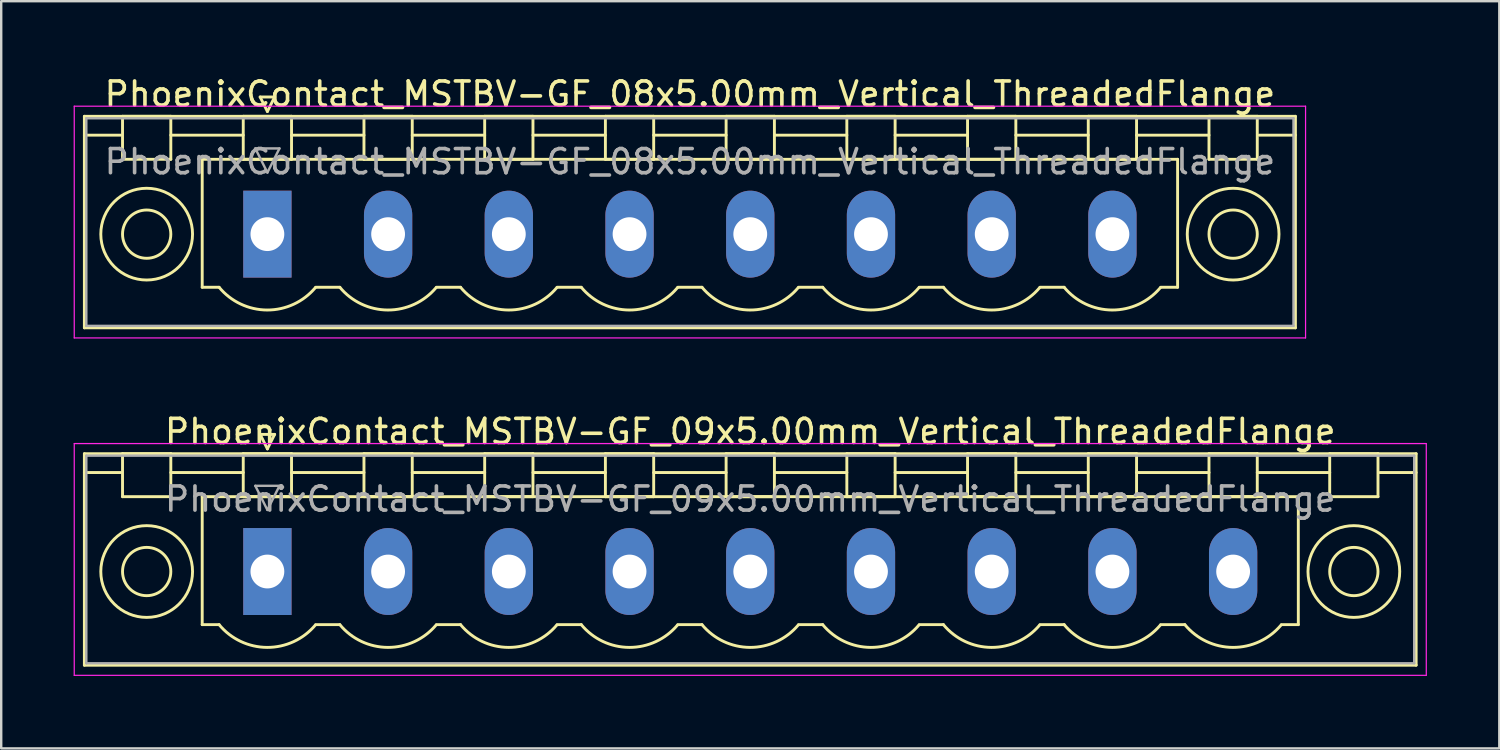
<source format=kicad_pcb>
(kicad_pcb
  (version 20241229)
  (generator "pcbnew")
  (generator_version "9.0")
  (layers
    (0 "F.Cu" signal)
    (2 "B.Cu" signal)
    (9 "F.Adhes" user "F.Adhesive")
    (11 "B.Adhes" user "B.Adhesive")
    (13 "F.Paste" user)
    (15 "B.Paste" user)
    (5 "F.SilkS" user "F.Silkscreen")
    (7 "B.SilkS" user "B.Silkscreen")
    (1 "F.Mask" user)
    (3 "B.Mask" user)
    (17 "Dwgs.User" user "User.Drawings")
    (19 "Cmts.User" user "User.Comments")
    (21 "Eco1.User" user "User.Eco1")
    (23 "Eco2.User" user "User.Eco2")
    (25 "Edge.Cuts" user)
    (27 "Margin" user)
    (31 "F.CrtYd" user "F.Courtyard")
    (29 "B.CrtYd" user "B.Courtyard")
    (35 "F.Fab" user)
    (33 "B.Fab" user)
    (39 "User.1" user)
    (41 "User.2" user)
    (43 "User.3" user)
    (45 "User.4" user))
  (footprint "PhoenixContact_MSTBV-GF_08x5.00mm_Vertical_ThreadedFlange"
    (layer "F.Cu")
    (at 8.025 6.648)
    (property "Reference" "PhoenixContact_MSTBV-GF_08x5.00mm_Vertical_ThreadedFlange" (at 17.5 -5.8 0) (layer "F.SilkS") (effects (font (size 1 1) (thickness 0.15))))
    (attr through_hole)
    (fp_line (start -7.58 -4.88) (end -7.58 3.88) (stroke (width 0.12) (type solid)) (layer "F.SilkS"))
    (fp_line (start -7.58 -4.1) (end -6.08 -4.1) (stroke (width 0.12) (type solid)) (layer "F.SilkS"))
    (fp_line (start -7.58 3.88) (end 42.58 3.88) (stroke (width 0.12) (type solid)) (layer "F.SilkS"))
    (fp_line (start -6 -4.88) (end -4 -4.88) (stroke (width 0.12) (type solid)) (layer "F.SilkS"))
    (fp_line (start -6 -3.1) (end -6 -4.88) (stroke (width 0.12) (type solid)) (layer "F.SilkS"))
    (fp_line (start -4 -4.88) (end -4 -3.1) (stroke (width 0.12) (type solid)) (layer "F.SilkS"))
    (fp_line (start -4 -4.1) (end -1 -4.1) (stroke (width 0.12) (type solid)) (layer "F.SilkS"))
    (fp_line (start -4 -3.1) (end -6 -3.1) (stroke (width 0.12) (type solid)) (layer "F.SilkS"))
    (fp_line (start -2.7 -3.1) (end 37.7 -3.1) (stroke (width 0.12) (type solid)) (layer "F.SilkS"))
    (fp_line (start -2.7 2.2) (end -2.7 -3.1) (stroke (width 0.12) (type solid)) (layer "F.SilkS"))
    (fp_line (start -2 2.2) (end -2.7 2.2) (stroke (width 0.12) (type solid)) (layer "F.SilkS"))
    (fp_line (start -1 -4.88) (end 1 -4.88) (stroke (width 0.12) (type solid)) (layer "F.SilkS"))
    (fp_line (start -1 -3.1) (end -1 -4.88) (stroke (width 0.12) (type solid)) (layer "F.SilkS"))
    (fp_line (start -0.3 -5.68) (end 0.3 -5.68) (stroke (width 0.12) (type solid)) (layer "F.SilkS"))
    (fp_line (start 0 -5.08) (end -0.3 -5.68) (stroke (width 0.12) (type solid)) (layer "F.SilkS"))
    (fp_line (start 0.3 -5.68) (end 0 -5.08) (stroke (width 0.12) (type solid)) (layer "F.SilkS"))
    (fp_line (start 1 -4.88) (end 1 -3.1) (stroke (width 0.12) (type solid)) (layer "F.SilkS"))
    (fp_line (start 1 -4.1) (end 4 -4.1) (stroke (width 0.12) (type solid)) (layer "F.SilkS"))
    (fp_line (start 1 -3.1) (end -1 -3.1) (stroke (width 0.12) (type solid)) (layer "F.SilkS"))
    (fp_line (start 2 2.2) (end 3 2.2) (stroke (width 0.12) (type solid)) (layer "F.SilkS"))
    (fp_line (start 4 -4.88) (end 6 -4.88) (stroke (width 0.12) (type solid)) (layer "F.SilkS"))
    (fp_line (start 4 -3.1) (end 4 -4.88) (stroke (width 0.12) (type solid)) (layer "F.SilkS"))
    (fp_line (start 6 -4.88) (end 6 -3.1) (stroke (width 0.12) (type solid)) (layer "F.SilkS"))
    (fp_line (start 6 -4.1) (end 9 -4.1) (stroke (width 0.12) (type solid)) (layer "F.SilkS"))
    (fp_line (start 6 -3.1) (end 4 -3.1) (stroke (width 0.12) (type solid)) (layer "F.SilkS"))
    (fp_line (start 7 2.2) (end 8 2.2) (stroke (width 0.12) (type solid)) (layer "F.SilkS"))
    (fp_line (start 9 -4.88) (end 11 -4.88) (stroke (width 0.12) (type solid)) (layer "F.SilkS"))
    (fp_line (start 9 -3.1) (end 9 -4.88) (stroke (width 0.12) (type solid)) (layer "F.SilkS"))
    (fp_line (start 11 -4.88) (end 11 -3.1) (stroke (width 0.12) (type solid)) (layer "F.SilkS"))
    (fp_line (start 11 -4.1) (end 14 -4.1) (stroke (width 0.12) (type solid)) (layer "F.SilkS"))
    (fp_line (start 11 -3.1) (end 9 -3.1) (stroke (width 0.12) (type solid)) (layer "F.SilkS"))
    (fp_line (start 12 2.2) (end 13 2.2) (stroke (width 0.12) (type solid)) (layer "F.SilkS"))
    (fp_line (start 14 -4.88) (end 16 -4.88) (stroke (width 0.12) (type solid)) (layer "F.SilkS"))
    (fp_line (start 14 -3.1) (end 14 -4.88) (stroke (width 0.12) (type solid)) (layer "F.SilkS"))
    (fp_line (start 16 -4.88) (end 16 -3.1) (stroke (width 0.12) (type solid)) (layer "F.SilkS"))
    (fp_line (start 16 -4.1) (end 19 -4.1) (stroke (width 0.12) (type solid)) (layer "F.SilkS"))
    (fp_line (start 16 -3.1) (end 14 -3.1) (stroke (width 0.12) (type solid)) (layer "F.SilkS"))
    (fp_line (start 17 2.2) (end 18 2.2) (stroke (width 0.12) (type solid)) (layer "F.SilkS"))
    (fp_line (start 19 -4.88) (end 21 -4.88) (stroke (width 0.12) (type solid)) (layer "F.SilkS"))
    (fp_line (start 19 -3.1) (end 19 -4.88) (stroke (width 0.12) (type solid)) (layer "F.SilkS"))
    (fp_line (start 21 -4.88) (end 21 -3.1) (stroke (width 0.12) (type solid)) (layer "F.SilkS"))
    (fp_line (start 21 -4.1) (end 24 -4.1) (stroke (width 0.12) (type solid)) (layer "F.SilkS"))
    (fp_line (start 21 -3.1) (end 19 -3.1) (stroke (width 0.12) (type solid)) (layer "F.SilkS"))
    (fp_line (start 22 2.2) (end 23 2.2) (stroke (width 0.12) (type solid)) (layer "F.SilkS"))
    (fp_line (start 24 -4.88) (end 26 -4.88) (stroke (width 0.12) (type solid)) (layer "F.SilkS"))
    (fp_line (start 24 -3.1) (end 24 -4.88) (stroke (width 0.12) (type solid)) (layer "F.SilkS"))
    (fp_line (start 26 -4.88) (end 26 -3.1) (stroke (width 0.12) (type solid)) (layer "F.SilkS"))
    (fp_line (start 26 -4.1) (end 29 -4.1) (stroke (width 0.12) (type solid)) (layer "F.SilkS"))
    (fp_line (start 26 -3.1) (end 24 -3.1) (stroke (width 0.12) (type solid)) (layer "F.SilkS"))
    (fp_line (start 27 2.2) (end 28 2.2) (stroke (width 0.12) (type solid)) (layer "F.SilkS"))
    (fp_line (start 29 -4.88) (end 31 -4.88) (stroke (width 0.12) (type solid)) (layer "F.SilkS"))
    (fp_line (start 29 -3.1) (end 29 -4.88) (stroke (width 0.12) (type solid)) (layer "F.SilkS"))
    (fp_line (start 31 -4.88) (end 31 -3.1) (stroke (width 0.12) (type solid)) (layer "F.SilkS"))
    (fp_line (start 31 -4.1) (end 34 -4.1) (stroke (width 0.12) (type solid)) (layer "F.SilkS"))
    (fp_line (start 31 -3.1) (end 29 -3.1) (stroke (width 0.12) (type solid)) (layer "F.SilkS"))
    (fp_line (start 32 2.2) (end 33 2.2) (stroke (width 0.12) (type solid)) (layer "F.SilkS"))
    (fp_line (start 34 -4.88) (end 36 -4.88) (stroke (width 0.12) (type solid)) (layer "F.SilkS"))
    (fp_line (start 34 -3.1) (end 34 -4.88) (stroke (width 0.12) (type solid)) (layer "F.SilkS"))
    (fp_line (start 36 -4.88) (end 36 -3.1) (stroke (width 0.12) (type solid)) (layer "F.SilkS"))
    (fp_line (start 36 -4.1) (end 39 -4.1) (stroke (width 0.12) (type solid)) (layer "F.SilkS"))
    (fp_line (start 36 -3.1) (end 34 -3.1) (stroke (width 0.12) (type solid)) (layer "F.SilkS"))
    (fp_line (start 37.7 -3.1) (end 37.7 2.2) (stroke (width 0.12) (type solid)) (layer "F.SilkS"))
    (fp_line (start 37.7 2.2) (end 37 2.2) (stroke (width 0.12) (type solid)) (layer "F.SilkS"))
    (fp_line (start 39 -4.88) (end 41 -4.88) (stroke (width 0.12) (type solid)) (layer "F.SilkS"))
    (fp_line (start 39 -3.1) (end 39 -4.88) (stroke (width 0.12) (type solid)) (layer "F.SilkS"))
    (fp_line (start 41 -4.88) (end 41 -3.1) (stroke (width 0.12) (type solid)) (layer "F.SilkS"))
    (fp_line (start 41 -3.1) (end 39 -3.1) (stroke (width 0.12) (type solid)) (layer "F.SilkS"))
    (fp_line (start 42.58 -4.88) (end -7.58 -4.88) (stroke (width 0.12) (type solid)) (layer "F.SilkS"))
    (fp_line (start 42.58 -4.1) (end 41.08 -4.1) (stroke (width 0.12) (type solid)) (layer "F.SilkS"))
    (fp_line (start 42.58 3.88) (end 42.58 -4.88) (stroke (width 0.12) (type solid)) (layer "F.SilkS"))
    (fp_arc (start 1.986842 2.215821) (mid -0.010289 3.142758) (end -2 2.2) (stroke (width 0.12) (type solid)) (layer "F.SilkS"))
    (fp_arc (start 6.986842 2.215821) (mid 4.989711 3.142758) (end 3 2.2) (stroke (width 0.12) (type solid)) (layer "F.SilkS"))
    (fp_arc (start 11.986842 2.215821) (mid 9.989711 3.142758) (end 8 2.2) (stroke (width 0.12) (type solid)) (layer "F.SilkS"))
    (fp_arc (start 16.986842 2.215821) (mid 14.989711 3.142758) (end 13 2.2) (stroke (width 0.12) (type solid)) (layer "F.SilkS"))
    (fp_arc (start 21.986842 2.215821) (mid 19.989711 3.142758) (end 18 2.2) (stroke (width 0.12) (type solid)) (layer "F.SilkS"))
    (fp_arc (start 26.986842 2.215821) (mid 24.989711 3.142758) (end 23 2.2) (stroke (width 0.12) (type solid)) (layer "F.SilkS"))
    (fp_arc (start 31.986842 2.215821) (mid 29.989711 3.142758) (end 28 2.2) (stroke (width 0.12) (type solid)) (layer "F.SilkS"))
    (fp_arc (start 36.986842 2.215821) (mid 34.989711 3.142758) (end 33 2.2) (stroke (width 0.12) (type solid)) (layer "F.SilkS"))
    (fp_circle (center -5 0) (end -4 0) (stroke (width 0.12) (type solid)) (fill no) (layer "F.SilkS"))
    (fp_circle (center -5 0) (end -3.1 0) (stroke (width 0.12) (type solid)) (fill no) (layer "F.SilkS"))
    (fp_circle (center 40 0) (end 41 0) (stroke (width 0.12) (type solid)) (fill no) (layer "F.SilkS"))
    (fp_circle (center 40 0) (end 41.9 0) (stroke (width 0.12) (type solid)) (fill no) (layer "F.SilkS"))
    (fp_line (start -8 -5.3) (end -8 4.3) (stroke (width 0.05) (type solid)) (layer "F.CrtYd"))
    (fp_line (start -8 4.3) (end 43 4.3) (stroke (width 0.05) (type solid)) (layer "F.CrtYd"))
    (fp_line (start 43 -5.3) (end -8 -5.3) (stroke (width 0.05) (type solid)) (layer "F.CrtYd"))
    (fp_line (start 43 4.3) (end 43 -5.3) (stroke (width 0.05) (type solid)) (layer "F.CrtYd"))
    (fp_line (start -7.5 -4.8) (end -7.5 3.8) (stroke (width 0.1) (type solid)) (layer "F.Fab"))
    (fp_line (start -7.5 3.8) (end 42.5 3.8) (stroke (width 0.1) (type solid)) (layer "F.Fab"))
    (fp_line (start -0.5 -3.55) (end 0.5 -3.55) (stroke (width 0.1) (type solid)) (layer "F.Fab"))
    (fp_line (start 0 -2.55) (end -0.5 -3.55) (stroke (width 0.1) (type solid)) (layer "F.Fab"))
    (fp_line (start 0.5 -3.55) (end 0 -2.55) (stroke (width 0.1) (type solid)) (layer "F.Fab"))
    (fp_line (start 42.5 -4.8) (end -7.5 -4.8) (stroke (width 0.1) (type solid)) (layer "F.Fab"))
    (fp_line (start 42.5 3.8) (end 42.5 -4.8) (stroke (width 0.1) (type solid)) (layer "F.Fab"))
    (fp_text user "${REFERENCE}" (at 17.5 -3 0) (layer "F.Fab") (effects (font (size 1 1) (thickness 0.15))))
    (pad "1" thru_hole rect (at 0 0) (size 2 3.6) (drill 1.4) (layers "*.Cu" "*.Mask"))
    (pad "2" thru_hole oval (at 5 0) (size 2 3.6) (drill 1.4) (layers "*.Cu" "*.Mask"))
    (pad "3" thru_hole oval (at 10 0) (size 2 3.6) (drill 1.4) (layers "*.Cu" "*.Mask"))
    (pad "4" thru_hole oval (at 15 0) (size 2 3.6) (drill 1.4) (layers "*.Cu" "*.Mask"))
    (pad "5" thru_hole oval (at 20 0) (size 2 3.6) (drill 1.4) (layers "*.Cu" "*.Mask"))
    (pad "6" thru_hole oval (at 25 0) (size 2 3.6) (drill 1.4) (layers "*.Cu" "*.Mask"))
    (pad "7" thru_hole oval (at 30 0) (size 2 3.6) (drill 1.4) (layers "*.Cu" "*.Mask"))
    (pad "8" thru_hole oval (at 35 0) (size 2 3.6) (drill 1.4) (layers "*.Cu" "*.Mask")))
  (footprint "PhoenixContact_MSTBV-GF_09x5.00mm_Vertical_ThreadedFlange"
    (layer "F.Cu")
    (at 8.025 20.622)
    (property "Reference" "PhoenixContact_MSTBV-GF_09x5.00mm_Vertical_ThreadedFlange" (at 20 -5.8 0) (layer "F.SilkS") (effects (font (size 1 1) (thickness 0.15))))
    (attr through_hole)
    (fp_line (start -7.58 -4.88) (end -7.58 3.88) (stroke (width 0.12) (type solid)) (layer "F.SilkS"))
    (fp_line (start -7.58 -4.1) (end -6.08 -4.1) (stroke (width 0.12) (type solid)) (layer "F.SilkS"))
    (fp_line (start -7.58 3.88) (end 47.58 3.88) (stroke (width 0.12) (type solid)) (layer "F.SilkS"))
    (fp_line (start -6 -4.88) (end -4 -4.88) (stroke (width 0.12) (type solid)) (layer "F.SilkS"))
    (fp_line (start -6 -3.1) (end -6 -4.88) (stroke (width 0.12) (type solid)) (layer "F.SilkS"))
    (fp_line (start -4 -4.88) (end -4 -3.1) (stroke (width 0.12) (type solid)) (layer "F.SilkS"))
    (fp_line (start -4 -4.1) (end -1 -4.1) (stroke (width 0.12) (type solid)) (layer "F.SilkS"))
    (fp_line (start -4 -3.1) (end -6 -3.1) (stroke (width 0.12) (type solid)) (layer "F.SilkS"))
    (fp_line (start -2.7 -3.1) (end 42.7 -3.1) (stroke (width 0.12) (type solid)) (layer "F.SilkS"))
    (fp_line (start -2.7 2.2) (end -2.7 -3.1) (stroke (width 0.12) (type solid)) (layer "F.SilkS"))
    (fp_line (start -2 2.2) (end -2.7 2.2) (stroke (width 0.12) (type solid)) (layer "F.SilkS"))
    (fp_line (start -1 -4.88) (end 1 -4.88) (stroke (width 0.12) (type solid)) (layer "F.SilkS"))
    (fp_line (start -1 -3.1) (end -1 -4.88) (stroke (width 0.12) (type solid)) (layer "F.SilkS"))
    (fp_line (start -0.3 -5.68) (end 0.3 -5.68) (stroke (width 0.12) (type solid)) (layer "F.SilkS"))
    (fp_line (start 0 -5.08) (end -0.3 -5.68) (stroke (width 0.12) (type solid)) (layer "F.SilkS"))
    (fp_line (start 0.3 -5.68) (end 0 -5.08) (stroke (width 0.12) (type solid)) (layer "F.SilkS"))
    (fp_line (start 1 -4.88) (end 1 -3.1) (stroke (width 0.12) (type solid)) (layer "F.SilkS"))
    (fp_line (start 1 -4.1) (end 4 -4.1) (stroke (width 0.12) (type solid)) (layer "F.SilkS"))
    (fp_line (start 1 -3.1) (end -1 -3.1) (stroke (width 0.12) (type solid)) (layer "F.SilkS"))
    (fp_line (start 2 2.2) (end 3 2.2) (stroke (width 0.12) (type solid)) (layer "F.SilkS"))
    (fp_line (start 4 -4.88) (end 6 -4.88) (stroke (width 0.12) (type solid)) (layer "F.SilkS"))
    (fp_line (start 4 -3.1) (end 4 -4.88) (stroke (width 0.12) (type solid)) (layer "F.SilkS"))
    (fp_line (start 6 -4.88) (end 6 -3.1) (stroke (width 0.12) (type solid)) (layer "F.SilkS"))
    (fp_line (start 6 -4.1) (end 9 -4.1) (stroke (width 0.12) (type solid)) (layer "F.SilkS"))
    (fp_line (start 6 -3.1) (end 4 -3.1) (stroke (width 0.12) (type solid)) (layer "F.SilkS"))
    (fp_line (start 7 2.2) (end 8 2.2) (stroke (width 0.12) (type solid)) (layer "F.SilkS"))
    (fp_line (start 9 -4.88) (end 11 -4.88) (stroke (width 0.12) (type solid)) (layer "F.SilkS"))
    (fp_line (start 9 -3.1) (end 9 -4.88) (stroke (width 0.12) (type solid)) (layer "F.SilkS"))
    (fp_line (start 11 -4.88) (end 11 -3.1) (stroke (width 0.12) (type solid)) (layer "F.SilkS"))
    (fp_line (start 11 -4.1) (end 14 -4.1) (stroke (width 0.12) (type solid)) (layer "F.SilkS"))
    (fp_line (start 11 -3.1) (end 9 -3.1) (stroke (width 0.12) (type solid)) (layer "F.SilkS"))
    (fp_line (start 12 2.2) (end 13 2.2) (stroke (width 0.12) (type solid)) (layer "F.SilkS"))
    (fp_line (start 14 -4.88) (end 16 -4.88) (stroke (width 0.12) (type solid)) (layer "F.SilkS"))
    (fp_line (start 14 -3.1) (end 14 -4.88) (stroke (width 0.12) (type solid)) (layer "F.SilkS"))
    (fp_line (start 16 -4.88) (end 16 -3.1) (stroke (width 0.12) (type solid)) (layer "F.SilkS"))
    (fp_line (start 16 -4.1) (end 19 -4.1) (stroke (width 0.12) (type solid)) (layer "F.SilkS"))
    (fp_line (start 16 -3.1) (end 14 -3.1) (stroke (width 0.12) (type solid)) (layer "F.SilkS"))
    (fp_line (start 17 2.2) (end 18 2.2) (stroke (width 0.12) (type solid)) (layer "F.SilkS"))
    (fp_line (start 19 -4.88) (end 21 -4.88) (stroke (width 0.12) (type solid)) (layer "F.SilkS"))
    (fp_line (start 19 -3.1) (end 19 -4.88) (stroke (width 0.12) (type solid)) (layer "F.SilkS"))
    (fp_line (start 21 -4.88) (end 21 -3.1) (stroke (width 0.12) (type solid)) (layer "F.SilkS"))
    (fp_line (start 21 -4.1) (end 24 -4.1) (stroke (width 0.12) (type solid)) (layer "F.SilkS"))
    (fp_line (start 21 -3.1) (end 19 -3.1) (stroke (width 0.12) (type solid)) (layer "F.SilkS"))
    (fp_line (start 22 2.2) (end 23 2.2) (stroke (width 0.12) (type solid)) (layer "F.SilkS"))
    (fp_line (start 24 -4.88) (end 26 -4.88) (stroke (width 0.12) (type solid)) (layer "F.SilkS"))
    (fp_line (start 24 -3.1) (end 24 -4.88) (stroke (width 0.12) (type solid)) (layer "F.SilkS"))
    (fp_line (start 26 -4.88) (end 26 -3.1) (stroke (width 0.12) (type solid)) (layer "F.SilkS"))
    (fp_line (start 26 -4.1) (end 29 -4.1) (stroke (width 0.12) (type solid)) (layer "F.SilkS"))
    (fp_line (start 26 -3.1) (end 24 -3.1) (stroke (width 0.12) (type solid)) (layer "F.SilkS"))
    (fp_line (start 27 2.2) (end 28 2.2) (stroke (width 0.12) (type solid)) (layer "F.SilkS"))
    (fp_line (start 29 -4.88) (end 31 -4.88) (stroke (width 0.12) (type solid)) (layer "F.SilkS"))
    (fp_line (start 29 -3.1) (end 29 -4.88) (stroke (width 0.12) (type solid)) (layer "F.SilkS"))
    (fp_line (start 31 -4.88) (end 31 -3.1) (stroke (width 0.12) (type solid)) (layer "F.SilkS"))
    (fp_line (start 31 -4.1) (end 34 -4.1) (stroke (width 0.12) (type solid)) (layer "F.SilkS"))
    (fp_line (start 31 -3.1) (end 29 -3.1) (stroke (width 0.12) (type solid)) (layer "F.SilkS"))
    (fp_line (start 32 2.2) (end 33 2.2) (stroke (width 0.12) (type solid)) (layer "F.SilkS"))
    (fp_line (start 34 -4.88) (end 36 -4.88) (stroke (width 0.12) (type solid)) (layer "F.SilkS"))
    (fp_line (start 34 -3.1) (end 34 -4.88) (stroke (width 0.12) (type solid)) (layer "F.SilkS"))
    (fp_line (start 36 -4.88) (end 36 -3.1) (stroke (width 0.12) (type solid)) (layer "F.SilkS"))
    (fp_line (start 36 -4.1) (end 39 -4.1) (stroke (width 0.12) (type solid)) (layer "F.SilkS"))
    (fp_line (start 36 -3.1) (end 34 -3.1) (stroke (width 0.12) (type solid)) (layer "F.SilkS"))
    (fp_line (start 37 2.2) (end 38 2.2) (stroke (width 0.12) (type solid)) (layer "F.SilkS"))
    (fp_line (start 39 -4.88) (end 41 -4.88) (stroke (width 0.12) (type solid)) (layer "F.SilkS"))
    (fp_line (start 39 -3.1) (end 39 -4.88) (stroke (width 0.12) (type solid)) (layer "F.SilkS"))
    (fp_line (start 41 -4.88) (end 41 -3.1) (stroke (width 0.12) (type solid)) (layer "F.SilkS"))
    (fp_line (start 41 -4.1) (end 44 -4.1) (stroke (width 0.12) (type solid)) (layer "F.SilkS"))
    (fp_line (start 41 -3.1) (end 39 -3.1) (stroke (width 0.12) (type solid)) (layer "F.SilkS"))
    (fp_line (start 42.7 -3.1) (end 42.7 2.2) (stroke (width 0.12) (type solid)) (layer "F.SilkS"))
    (fp_line (start 42.7 2.2) (end 42 2.2) (stroke (width 0.12) (type solid)) (layer "F.SilkS"))
    (fp_line (start 44 -4.88) (end 46 -4.88) (stroke (width 0.12) (type solid)) (layer "F.SilkS"))
    (fp_line (start 44 -3.1) (end 44 -4.88) (stroke (width 0.12) (type solid)) (layer "F.SilkS"))
    (fp_line (start 46 -4.88) (end 46 -3.1) (stroke (width 0.12) (type solid)) (layer "F.SilkS"))
    (fp_line (start 46 -3.1) (end 44 -3.1) (stroke (width 0.12) (type solid)) (layer "F.SilkS"))
    (fp_line (start 47.58 -4.88) (end -7.58 -4.88) (stroke (width 0.12) (type solid)) (layer "F.SilkS"))
    (fp_line (start 47.58 -4.1) (end 46.08 -4.1) (stroke (width 0.12) (type solid)) (layer "F.SilkS"))
    (fp_line (start 47.58 3.88) (end 47.58 -4.88) (stroke (width 0.12) (type solid)) (layer "F.SilkS"))
    (fp_arc (start 1.986842 2.215821) (mid -0.010289 3.142758) (end -2 2.2) (stroke (width 0.12) (type solid)) (layer "F.SilkS"))
    (fp_arc (start 6.986842 2.215821) (mid 4.989711 3.142758) (end 3 2.2) (stroke (width 0.12) (type solid)) (layer "F.SilkS"))
    (fp_arc (start 11.986842 2.215821) (mid 9.989711 3.142758) (end 8 2.2) (stroke (width 0.12) (type solid)) (layer "F.SilkS"))
    (fp_arc (start 16.986842 2.215821) (mid 14.989711 3.142758) (end 13 2.2) (stroke (width 0.12) (type solid)) (layer "F.SilkS"))
    (fp_arc (start 21.986842 2.215821) (mid 19.989711 3.142758) (end 18 2.2) (stroke (width 0.12) (type solid)) (layer "F.SilkS"))
    (fp_arc (start 26.986842 2.215821) (mid 24.989711 3.142758) (end 23 2.2) (stroke (width 0.12) (type solid)) (layer "F.SilkS"))
    (fp_arc (start 31.986842 2.215821) (mid 29.989711 3.142758) (end 28 2.2) (stroke (width 0.12) (type solid)) (layer "F.SilkS"))
    (fp_arc (start 36.986842 2.215821) (mid 34.989711 3.142758) (end 33 2.2) (stroke (width 0.12) (type solid)) (layer "F.SilkS"))
    (fp_arc (start 41.986842 2.215821) (mid 39.989711 3.142758) (end 38 2.2) (stroke (width 0.12) (type solid)) (layer "F.SilkS"))
    (fp_circle (center -5 0) (end -4 0) (stroke (width 0.12) (type solid)) (fill no) (layer "F.SilkS"))
    (fp_circle (center -5 0) (end -3.1 0) (stroke (width 0.12) (type solid)) (fill no) (layer "F.SilkS"))
    (fp_circle (center 45 0) (end 46 0) (stroke (width 0.12) (type solid)) (fill no) (layer "F.SilkS"))
    (fp_circle (center 45 0) (end 46.9 0) (stroke (width 0.12) (type solid)) (fill no) (layer "F.SilkS"))
    (fp_line (start -8 -5.3) (end -8 4.3) (stroke (width 0.05) (type solid)) (layer "F.CrtYd"))
    (fp_line (start -8 4.3) (end 48 4.3) (stroke (width 0.05) (type solid)) (layer "F.CrtYd"))
    (fp_line (start 48 -5.3) (end -8 -5.3) (stroke (width 0.05) (type solid)) (layer "F.CrtYd"))
    (fp_line (start 48 4.3) (end 48 -5.3) (stroke (width 0.05) (type solid)) (layer "F.CrtYd"))
    (fp_line (start -7.5 -4.8) (end -7.5 3.8) (stroke (width 0.1) (type solid)) (layer "F.Fab"))
    (fp_line (start -7.5 3.8) (end 47.5 3.8) (stroke (width 0.1) (type solid)) (layer "F.Fab"))
    (fp_line (start -0.5 -3.55) (end 0.5 -3.55) (stroke (width 0.1) (type solid)) (layer "F.Fab"))
    (fp_line (start 0 -2.55) (end -0.5 -3.55) (stroke (width 0.1) (type solid)) (layer "F.Fab"))
    (fp_line (start 0.5 -3.55) (end 0 -2.55) (stroke (width 0.1) (type solid)) (layer "F.Fab"))
    (fp_line (start 47.5 -4.8) (end -7.5 -4.8) (stroke (width 0.1) (type solid)) (layer "F.Fab"))
    (fp_line (start 47.5 3.8) (end 47.5 -4.8) (stroke (width 0.1) (type solid)) (layer "F.Fab"))
    (fp_text user "${REFERENCE}" (at 20 -3 0) (layer "F.Fab") (effects (font (size 1 1) (thickness 0.15))))
    (pad "1" thru_hole rect (at 0 0) (size 2 3.6) (drill 1.4) (layers "*.Cu" "*.Mask"))
    (pad "2" thru_hole oval (at 5 0) (size 2 3.6) (drill 1.4) (layers "*.Cu" "*.Mask"))
    (pad "3" thru_hole oval (at 10 0) (size 2 3.6) (drill 1.4) (layers "*.Cu" "*.Mask"))
    (pad "4" thru_hole oval (at 15 0) (size 2 3.6) (drill 1.4) (layers "*.Cu" "*.Mask"))
    (pad "5" thru_hole oval (at 20 0) (size 2 3.6) (drill 1.4) (layers "*.Cu" "*.Mask"))
    (pad "6" thru_hole oval (at 25 0) (size 2 3.6) (drill 1.4) (layers "*.Cu" "*.Mask"))
    (pad "7" thru_hole oval (at 30 0) (size 2 3.6) (drill 1.4) (layers "*.Cu" "*.Mask"))
    (pad "8" thru_hole oval (at 35 0) (size 2 3.6) (drill 1.4) (layers "*.Cu" "*.Mask"))
    (pad "9" thru_hole oval (at 40 0) (size 2 3.6) (drill 1.4) (layers "*.Cu" "*.Mask")))
  (gr_rect
    (start -3 -3)
    (end 59.05 27.947)
    (stroke (width 0.1) (type default))
    (fill no)
    (layer "Edge.Cuts")))
</source>
